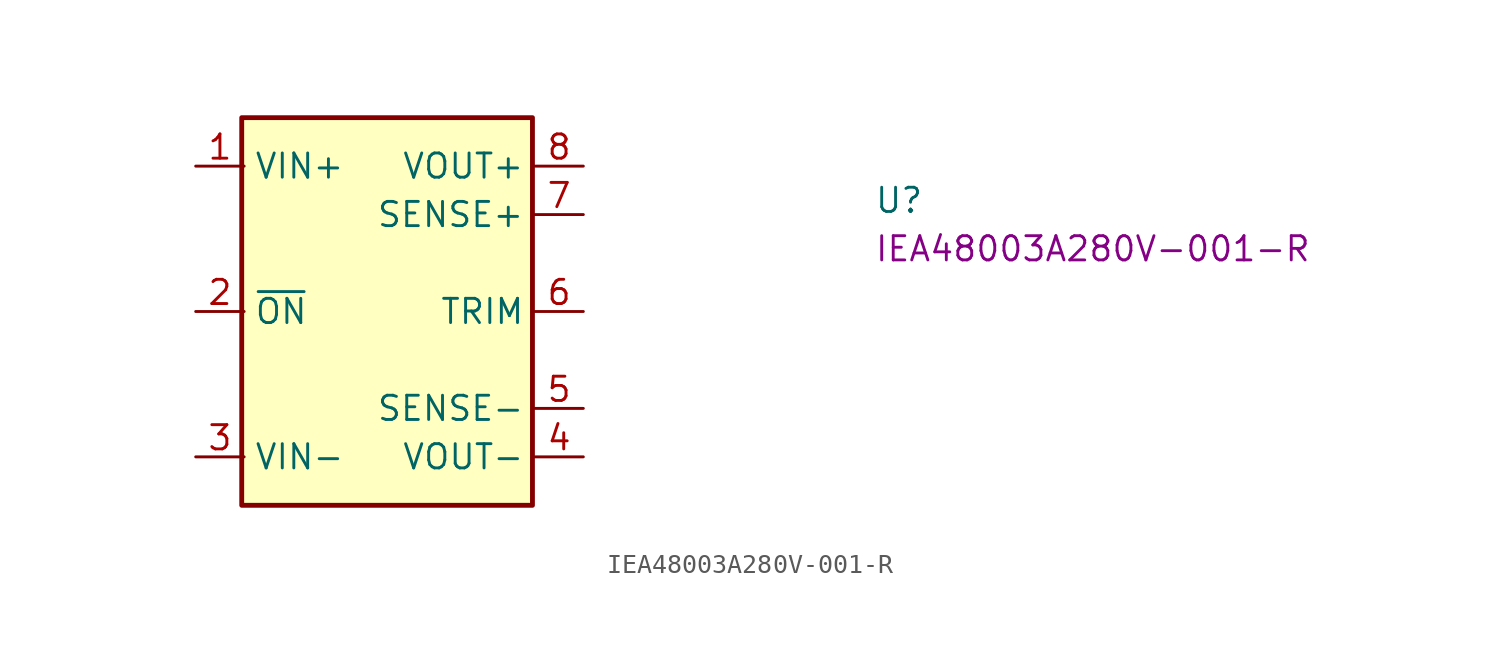
<source format=kicad_sym>
(kicad_symbol_lib
  (version 20220914)
  (generator kicad_symbol_editor)
  (symbol "IEA48003A280V-001-R"
    (property "Reference" "U"
      (at 35.56 -2.54 0)
      (effects (font (size 1.27 1.27) (thickness 0.15)) (justify left bottom)))
    (property "MPN" "IEA48003A280V-001-R"
      (at 35.56 -5.08 0)
      (effects (font (size 1.27 1.27) (thickness 0.15)) (justify left bottom)))
    (symbol "IEA48003A280V-001-R_1_1"
      (rectangle (start 2.413 2.54) (end 17.653 -17.78) (stroke (width 0.254) (type default)) (fill (type background)))
      (pin power_in line (at 0 0 0) (length 2.54) (name "VIN+" (effects (font (size 1.27 1.27)))) (number "1" (effects (font (size 1.27 1.27)))))
      (pin input line (at 0 -7.62 0) (length 2.54) (name "~{ON}" (effects (font (size 1.27 1.27)))) (number "2" (effects (font (size 1.27 1.27)))) (alternate "OFF" passive line))
      (pin power_in line (at 0 -15.24 0) (length 2.54) (name "VIN-" (effects (font (size 1.27 1.27)))) (number "3" (effects (font (size 1.27 1.27)))))
      (pin power_out line (at 20.32 -15.24 180) (length 2.54) (name "VOUT-" (effects (font (size 1.27 1.27)))) (number "4" (effects (font (size 1.27 1.27)))))
      (pin passive line (at 20.32 -12.7 180) (length 2.54) (name "SENSE-" (effects (font (size 1.27 1.27)))) (number "5" (effects (font (size 1.27 1.27)))))
      (pin input line (at 20.32 -7.62 180) (length 2.54) (name "TRIM" (effects (font (size 1.27 1.27)))) (number "6" (effects (font (size 1.27 1.27)))))
      (pin passive line (at 20.32 -2.54 180) (length 2.54) (name "SENSE+" (effects (font (size 1.27 1.27)))) (number "7" (effects (font (size 1.27 1.27)))))
      (pin power_out line (at 20.32 0 180) (length 2.54) (name "VOUT+" (effects (font (size 1.27 1.27)))) (number "8" (effects (font (size 1.27 1.27))))))))
</source>
